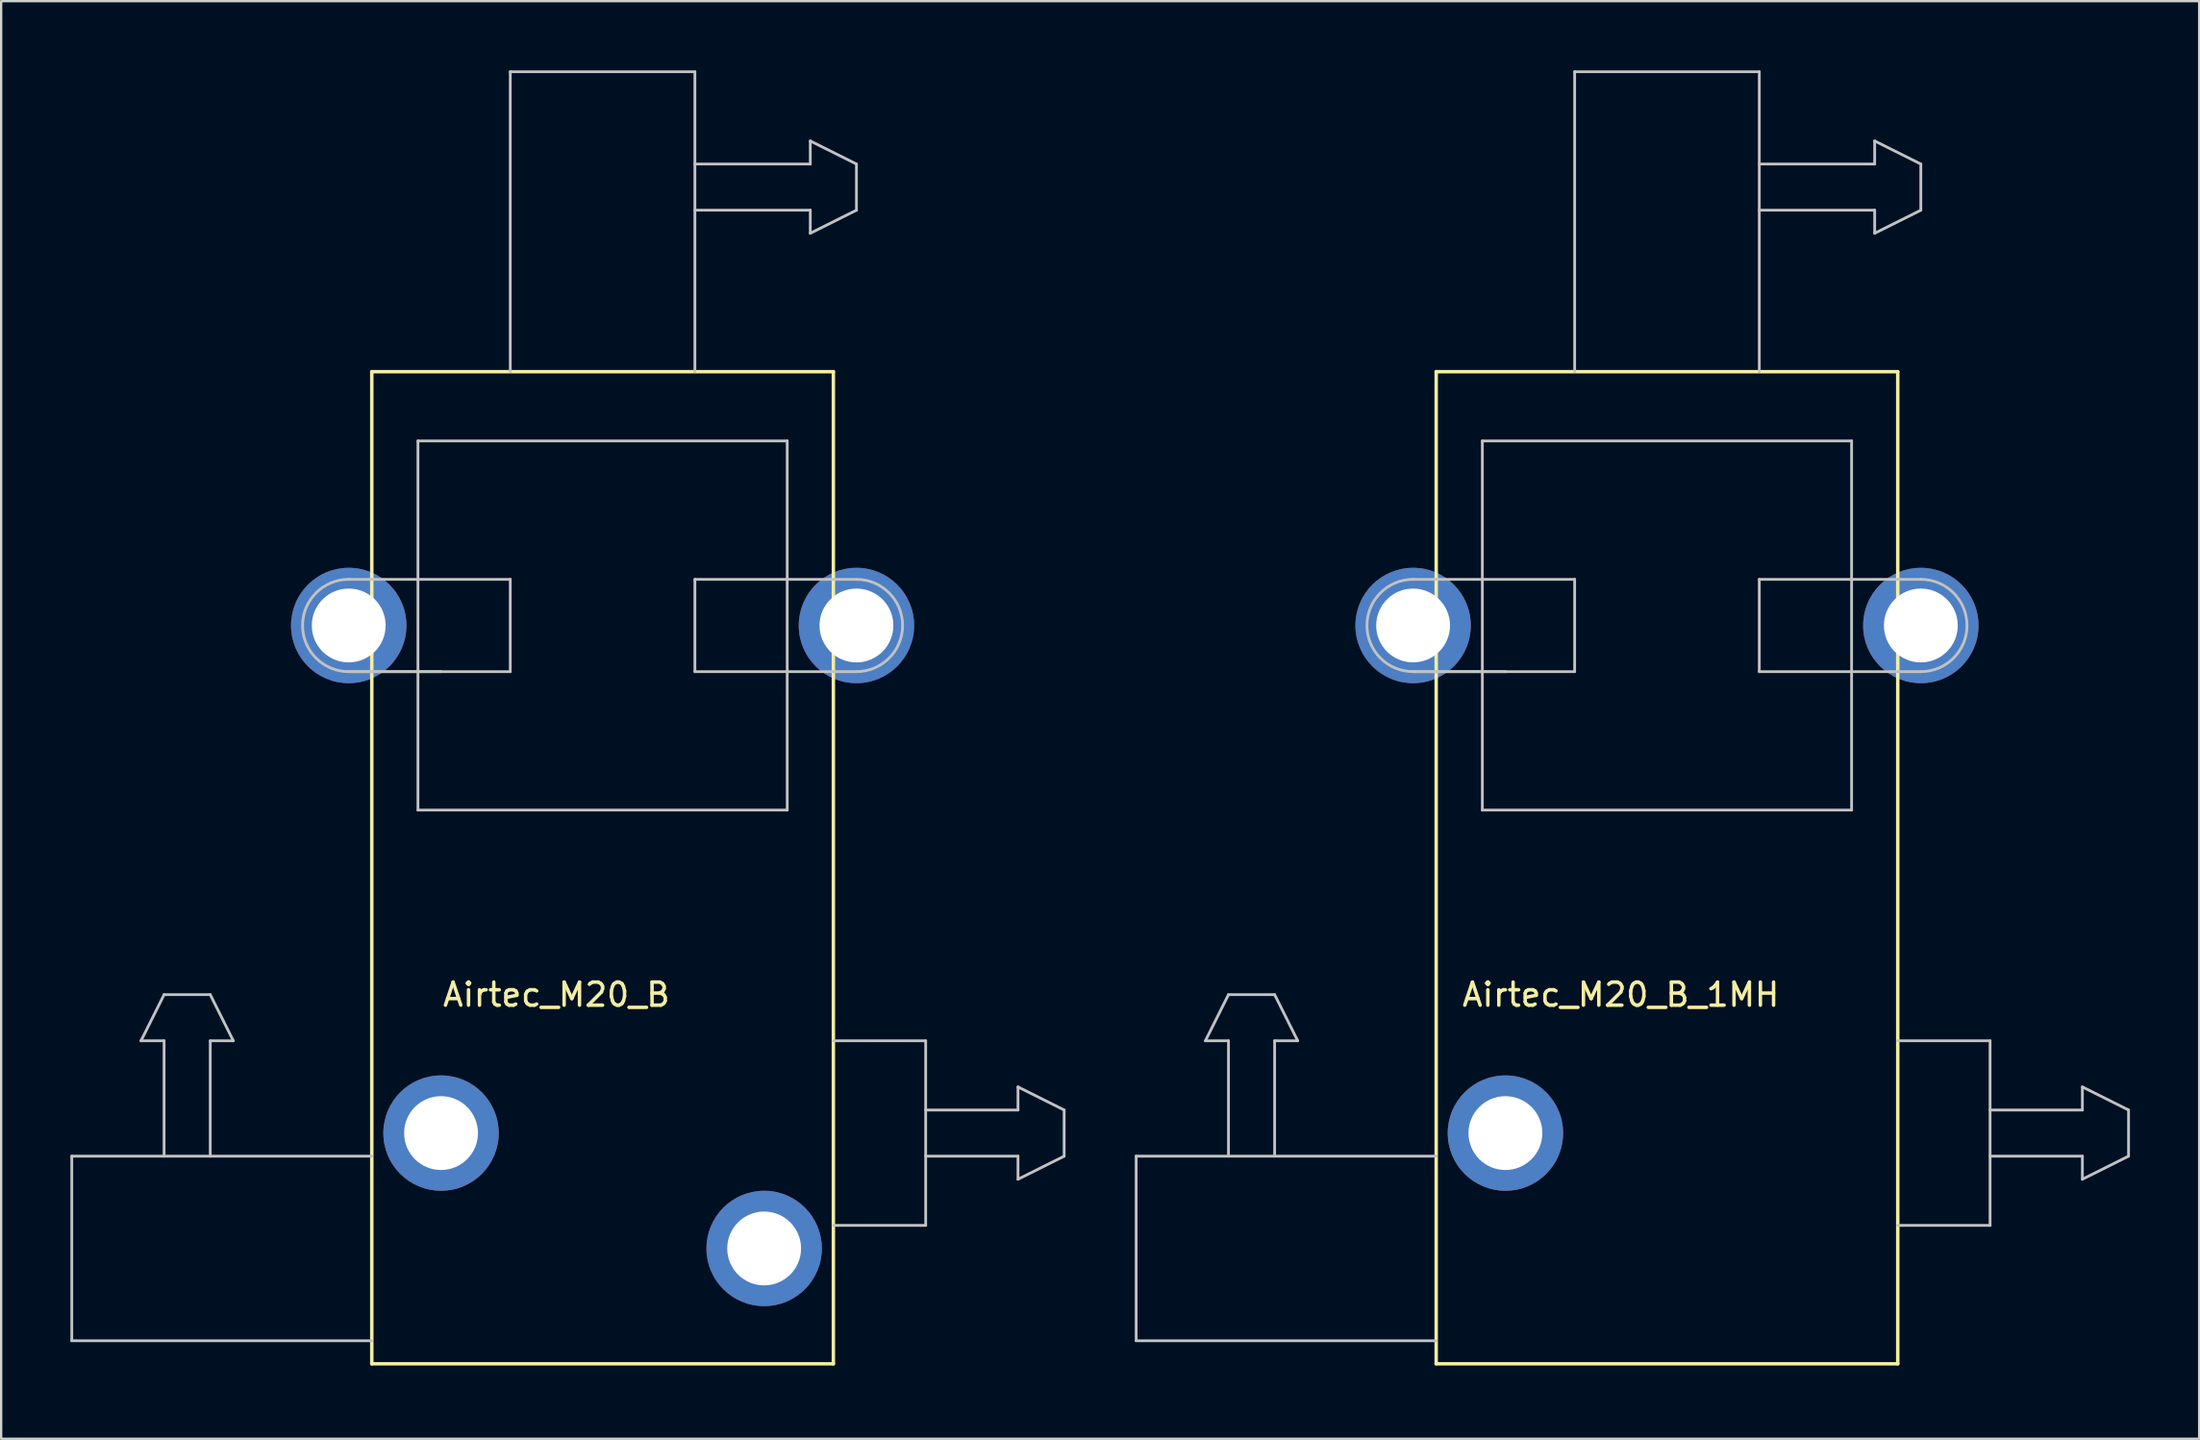
<source format=kicad_pcb>
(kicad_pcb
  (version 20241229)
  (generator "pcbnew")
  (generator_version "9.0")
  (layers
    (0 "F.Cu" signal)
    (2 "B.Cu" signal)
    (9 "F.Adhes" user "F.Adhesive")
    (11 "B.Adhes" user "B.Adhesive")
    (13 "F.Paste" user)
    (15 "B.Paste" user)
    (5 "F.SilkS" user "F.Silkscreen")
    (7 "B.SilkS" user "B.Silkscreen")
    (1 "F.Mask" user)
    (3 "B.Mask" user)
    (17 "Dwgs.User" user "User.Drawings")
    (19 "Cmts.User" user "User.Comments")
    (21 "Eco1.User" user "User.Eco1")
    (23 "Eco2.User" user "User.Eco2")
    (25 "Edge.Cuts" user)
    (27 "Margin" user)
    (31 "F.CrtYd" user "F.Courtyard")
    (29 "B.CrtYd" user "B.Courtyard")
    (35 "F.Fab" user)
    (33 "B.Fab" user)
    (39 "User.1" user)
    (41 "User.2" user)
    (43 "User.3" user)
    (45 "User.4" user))
  (footprint "Airtec_M20_B"
    (layer "F.Cu")
    (at 13.06 56.06)
    (property "Reference" "Airtec_M20_B" (at 8 -16 0) (layer "F.SilkS") (effects (font (size 1 1) (thickness 0.15))))
    (attr through_hole)
    (fp_line (start 0 -43) (end 20 -43) (stroke (width 0.15) (type solid)) (layer "F.SilkS"))
    (fp_line (start 0 0) (end 0 -43) (stroke (width 0.15) (type solid)) (layer "F.SilkS"))
    (fp_line (start 20 -43) (end 20 0) (stroke (width 0.15) (type solid)) (layer "F.SilkS"))
    (fp_line (start 20 0) (end 0 0) (stroke (width 0.15) (type solid)) (layer "F.SilkS"))
    (fp_line (start -13 -9) (end 0 -9) (stroke (width 0.12) (type solid)) (layer "Dwgs.User"))
    (fp_line (start -13 -1) (end -13 -9) (stroke (width 0.12) (type solid)) (layer "Dwgs.User"))
    (fp_line (start -10 -14) (end -9 -16) (stroke (width 0.12) (type solid)) (layer "Dwgs.User"))
    (fp_line (start -9 -16) (end -7 -16) (stroke (width 0.12) (type solid)) (layer "Dwgs.User"))
    (fp_line (start -9 -14) (end -10 -14) (stroke (width 0.12) (type solid)) (layer "Dwgs.User"))
    (fp_line (start -9 -9) (end -9 -14) (stroke (width 0.12) (type solid)) (layer "Dwgs.User"))
    (fp_line (start -7 -16) (end -6 -14) (stroke (width 0.12) (type solid)) (layer "Dwgs.User"))
    (fp_line (start -7 -14) (end -7 -9) (stroke (width 0.12) (type solid)) (layer "Dwgs.User"))
    (fp_line (start -6 -14) (end -7 -14) (stroke (width 0.12) (type solid)) (layer "Dwgs.User"))
    (fp_line (start -1 -34) (end 6 -34) (stroke (width 0.12) (type solid)) (layer "Dwgs.User"))
    (fp_line (start -1 -30) (end 3 -30) (stroke (width 0.12) (type solid)) (layer "Dwgs.User"))
    (fp_line (start 0 -1) (end -13 -1) (stroke (width 0.12) (type solid)) (layer "Dwgs.User"))
    (fp_line (start 2 -40) (end 2 -24) (stroke (width 0.12) (type solid)) (layer "Dwgs.User"))
    (fp_line (start 2 -40) (end 18 -40) (stroke (width 0.12) (type solid)) (layer "Dwgs.User"))
    (fp_line (start 2 -24) (end 18 -24) (stroke (width 0.12) (type solid)) (layer "Dwgs.User"))
    (fp_line (start 6 -56) (end 14 -56) (stroke (width 0.12) (type solid)) (layer "Dwgs.User"))
    (fp_line (start 6 -43) (end 6 -56) (stroke (width 0.12) (type solid)) (layer "Dwgs.User"))
    (fp_line (start 6 -34) (end 6 -30) (stroke (width 0.12) (type solid)) (layer "Dwgs.User"))
    (fp_line (start 6 -30) (end -1 -30) (stroke (width 0.12) (type solid)) (layer "Dwgs.User"))
    (fp_line (start 14 -56) (end 14 -43) (stroke (width 0.12) (type solid)) (layer "Dwgs.User"))
    (fp_line (start 14 -50) (end 19 -50) (stroke (width 0.12) (type solid)) (layer "Dwgs.User"))
    (fp_line (start 14 -34) (end 14 -30) (stroke (width 0.12) (type solid)) (layer "Dwgs.User"))
    (fp_line (start 14 -34) (end 21 -34) (stroke (width 0.12) (type solid)) (layer "Dwgs.User"))
    (fp_line (start 14 -30) (end 21 -30) (stroke (width 0.12) (type solid)) (layer "Dwgs.User"))
    (fp_line (start 18 -24) (end 18 -40) (stroke (width 0.12) (type solid)) (layer "Dwgs.User"))
    (fp_line (start 19 -53) (end 19 -52) (stroke (width 0.12) (type solid)) (layer "Dwgs.User"))
    (fp_line (start 19 -52) (end 14 -52) (stroke (width 0.12) (type solid)) (layer "Dwgs.User"))
    (fp_line (start 19 -50) (end 19 -49) (stroke (width 0.12) (type solid)) (layer "Dwgs.User"))
    (fp_line (start 19 -49) (end 21 -50) (stroke (width 0.12) (type solid)) (layer "Dwgs.User"))
    (fp_line (start 20 -6) (end 24 -6) (stroke (width 0.12) (type solid)) (layer "Dwgs.User"))
    (fp_line (start 21 -52) (end 19 -53) (stroke (width 0.12) (type solid)) (layer "Dwgs.User"))
    (fp_line (start 21 -50) (end 21 -52) (stroke (width 0.12) (type solid)) (layer "Dwgs.User"))
    (fp_line (start 24 -14) (end 20 -14) (stroke (width 0.12) (type solid)) (layer "Dwgs.User"))
    (fp_line (start 24 -14) (end 24 -6) (stroke (width 0.12) (type solid)) (layer "Dwgs.User"))
    (fp_line (start 24 -9) (end 28 -9) (stroke (width 0.12) (type solid)) (layer "Dwgs.User"))
    (fp_line (start 28 -12) (end 28 -11) (stroke (width 0.12) (type solid)) (layer "Dwgs.User"))
    (fp_line (start 28 -11) (end 24 -11) (stroke (width 0.12) (type solid)) (layer "Dwgs.User"))
    (fp_line (start 28 -9) (end 28 -8) (stroke (width 0.12) (type solid)) (layer "Dwgs.User"))
    (fp_line (start 28 -8) (end 30 -9) (stroke (width 0.12) (type solid)) (layer "Dwgs.User"))
    (fp_line (start 30 -11) (end 28 -12) (stroke (width 0.12) (type solid)) (layer "Dwgs.User"))
    (fp_line (start 30 -9) (end 30 -11) (stroke (width 0.12) (type solid)) (layer "Dwgs.User"))
    (fp_arc (start -1 -30) (mid -3 -32) (end -1 -34) (stroke (width 0.12) (type solid)) (layer "Dwgs.User"))
    (fp_arc (start 21 -34) (mid 23 -32) (end 21 -30) (stroke (width 0.12) (type solid)) (layer "Dwgs.User"))
    (pad "" thru_hole circle (at 3 -10) (size 5 5) (drill 3.2) (layers "*.Cu" "*.Mask"))
    (pad "" thru_hole circle (at 17 -5) (size 5 5) (drill 3.2) (layers "*.Cu" "*.Mask"))
    (pad "1" thru_hole circle (at -1 -32) (size 5 5) (drill 3.2) (layers "*.Cu" "*.Mask"))
    (pad "2" thru_hole circle (at 21 -32) (size 5 5) (drill 3.2) (layers "*.Cu" "*.Mask")))
  (footprint "Airtec_M20_B_1MH"
    (layer "F.Cu")
    (at 59.18 56.06)
    (property "Reference" "Airtec_M20_B_1MH" (at 8 -16 0) (layer "F.SilkS") (effects (font (size 1 1) (thickness 0.15))))
    (attr through_hole)
    (fp_line (start 0 -43) (end 20 -43) (stroke (width 0.15) (type solid)) (layer "F.SilkS"))
    (fp_line (start 0 0) (end 0 -43) (stroke (width 0.15) (type solid)) (layer "F.SilkS"))
    (fp_line (start 20 -43) (end 20 0) (stroke (width 0.15) (type solid)) (layer "F.SilkS"))
    (fp_line (start 20 0) (end 0 0) (stroke (width 0.15) (type solid)) (layer "F.SilkS"))
    (fp_line (start -13 -9) (end 0 -9) (stroke (width 0.12) (type solid)) (layer "Dwgs.User"))
    (fp_line (start -13 -1) (end -13 -9) (stroke (width 0.12) (type solid)) (layer "Dwgs.User"))
    (fp_line (start -10 -14) (end -9 -16) (stroke (width 0.12) (type solid)) (layer "Dwgs.User"))
    (fp_line (start -9 -16) (end -7 -16) (stroke (width 0.12) (type solid)) (layer "Dwgs.User"))
    (fp_line (start -9 -14) (end -10 -14) (stroke (width 0.12) (type solid)) (layer "Dwgs.User"))
    (fp_line (start -9 -9) (end -9 -14) (stroke (width 0.12) (type solid)) (layer "Dwgs.User"))
    (fp_line (start -7 -16) (end -6 -14) (stroke (width 0.12) (type solid)) (layer "Dwgs.User"))
    (fp_line (start -7 -14) (end -7 -9) (stroke (width 0.12) (type solid)) (layer "Dwgs.User"))
    (fp_line (start -6 -14) (end -7 -14) (stroke (width 0.12) (type solid)) (layer "Dwgs.User"))
    (fp_line (start -1 -34) (end 6 -34) (stroke (width 0.12) (type solid)) (layer "Dwgs.User"))
    (fp_line (start -1 -30) (end 3 -30) (stroke (width 0.12) (type solid)) (layer "Dwgs.User"))
    (fp_line (start 0 -1) (end -13 -1) (stroke (width 0.12) (type solid)) (layer "Dwgs.User"))
    (fp_line (start 2 -40) (end 2 -24) (stroke (width 0.12) (type solid)) (layer "Dwgs.User"))
    (fp_line (start 2 -40) (end 18 -40) (stroke (width 0.12) (type solid)) (layer "Dwgs.User"))
    (fp_line (start 2 -24) (end 18 -24) (stroke (width 0.12) (type solid)) (layer "Dwgs.User"))
    (fp_line (start 6 -56) (end 14 -56) (stroke (width 0.12) (type solid)) (layer "Dwgs.User"))
    (fp_line (start 6 -43) (end 6 -56) (stroke (width 0.12) (type solid)) (layer "Dwgs.User"))
    (fp_line (start 6 -34) (end 6 -30) (stroke (width 0.12) (type solid)) (layer "Dwgs.User"))
    (fp_line (start 6 -30) (end -1 -30) (stroke (width 0.12) (type solid)) (layer "Dwgs.User"))
    (fp_line (start 14 -56) (end 14 -43) (stroke (width 0.12) (type solid)) (layer "Dwgs.User"))
    (fp_line (start 14 -50) (end 19 -50) (stroke (width 0.12) (type solid)) (layer "Dwgs.User"))
    (fp_line (start 14 -34) (end 14 -30) (stroke (width 0.12) (type solid)) (layer "Dwgs.User"))
    (fp_line (start 14 -34) (end 21 -34) (stroke (width 0.12) (type solid)) (layer "Dwgs.User"))
    (fp_line (start 14 -30) (end 21 -30) (stroke (width 0.12) (type solid)) (layer "Dwgs.User"))
    (fp_line (start 18 -24) (end 18 -40) (stroke (width 0.12) (type solid)) (layer "Dwgs.User"))
    (fp_line (start 19 -53) (end 19 -52) (stroke (width 0.12) (type solid)) (layer "Dwgs.User"))
    (fp_line (start 19 -52) (end 14 -52) (stroke (width 0.12) (type solid)) (layer "Dwgs.User"))
    (fp_line (start 19 -50) (end 19 -49) (stroke (width 0.12) (type solid)) (layer "Dwgs.User"))
    (fp_line (start 19 -49) (end 21 -50) (stroke (width 0.12) (type solid)) (layer "Dwgs.User"))
    (fp_line (start 20 -6) (end 24 -6) (stroke (width 0.12) (type solid)) (layer "Dwgs.User"))
    (fp_line (start 21 -52) (end 19 -53) (stroke (width 0.12) (type solid)) (layer "Dwgs.User"))
    (fp_line (start 21 -50) (end 21 -52) (stroke (width 0.12) (type solid)) (layer "Dwgs.User"))
    (fp_line (start 24 -14) (end 20 -14) (stroke (width 0.12) (type solid)) (layer "Dwgs.User"))
    (fp_line (start 24 -14) (end 24 -6) (stroke (width 0.12) (type solid)) (layer "Dwgs.User"))
    (fp_line (start 24 -9) (end 28 -9) (stroke (width 0.12) (type solid)) (layer "Dwgs.User"))
    (fp_line (start 28 -12) (end 28 -11) (stroke (width 0.12) (type solid)) (layer "Dwgs.User"))
    (fp_line (start 28 -11) (end 24 -11) (stroke (width 0.12) (type solid)) (layer "Dwgs.User"))
    (fp_line (start 28 -9) (end 28 -8) (stroke (width 0.12) (type solid)) (layer "Dwgs.User"))
    (fp_line (start 28 -8) (end 30 -9) (stroke (width 0.12) (type solid)) (layer "Dwgs.User"))
    (fp_line (start 30 -11) (end 28 -12) (stroke (width 0.12) (type solid)) (layer "Dwgs.User"))
    (fp_line (start 30 -9) (end 30 -11) (stroke (width 0.12) (type solid)) (layer "Dwgs.User"))
    (fp_arc (start -1 -30) (mid -3 -32) (end -1 -34) (stroke (width 0.12) (type solid)) (layer "Dwgs.User"))
    (fp_arc (start 21 -34) (mid 23 -32) (end 21 -30) (stroke (width 0.12) (type solid)) (layer "Dwgs.User"))
    (pad "" thru_hole circle (at 3 -10) (size 5 5) (drill 3.2) (layers "*.Cu" "*.Mask"))
    (pad "1" thru_hole circle (at -1 -32) (size 5 5) (drill 3.2) (layers "*.Cu" "*.Mask"))
    (pad "2" thru_hole circle (at 21 -32) (size 5 5) (drill 3.2) (layers "*.Cu" "*.Mask")))
  (gr_rect
    (start -3 -3)
    (end 92.24 59.31)
    (stroke (width 0.1) (type default))
    (fill no)
    (layer "Edge.Cuts")))
</source>
